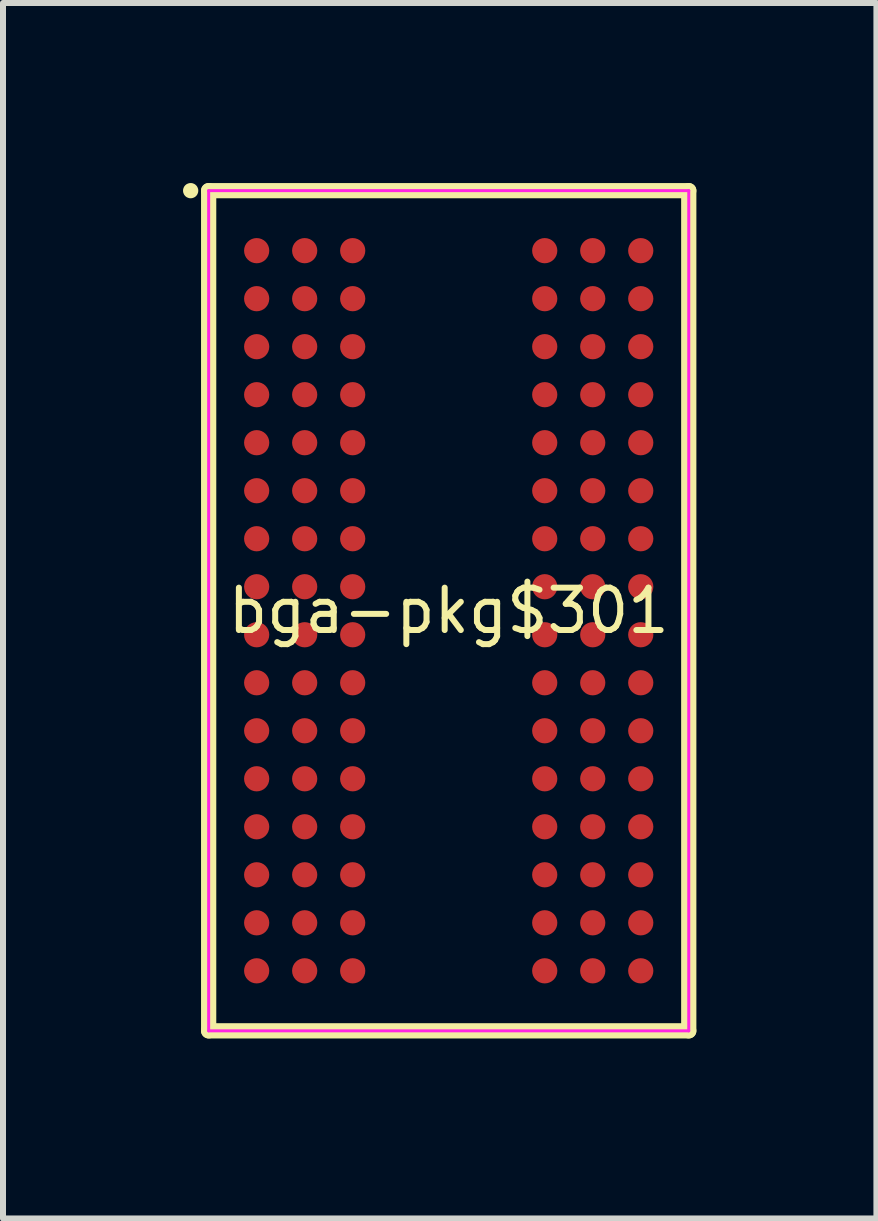
<source format=kicad_pcb>
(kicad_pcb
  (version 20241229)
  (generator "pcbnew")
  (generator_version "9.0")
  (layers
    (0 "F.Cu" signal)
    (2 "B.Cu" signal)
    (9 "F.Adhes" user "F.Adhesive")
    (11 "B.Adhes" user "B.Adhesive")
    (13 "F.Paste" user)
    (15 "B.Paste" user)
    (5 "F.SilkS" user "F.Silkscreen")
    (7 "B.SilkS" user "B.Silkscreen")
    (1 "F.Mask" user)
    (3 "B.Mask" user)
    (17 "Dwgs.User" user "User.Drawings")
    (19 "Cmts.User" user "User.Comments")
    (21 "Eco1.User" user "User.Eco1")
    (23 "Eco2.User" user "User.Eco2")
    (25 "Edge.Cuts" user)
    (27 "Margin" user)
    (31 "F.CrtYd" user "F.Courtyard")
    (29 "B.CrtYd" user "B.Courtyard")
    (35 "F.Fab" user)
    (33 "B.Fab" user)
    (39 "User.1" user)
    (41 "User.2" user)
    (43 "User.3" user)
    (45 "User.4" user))
  (footprint "bga-pkg$301"
    (layer "F.Cu")
    (at 4.427 7.127)
    (property "Reference" "bga-pkg$301" (at 0 0 0) (layer "F.SilkS") (effects (font (size 0.706 0.706) (thickness 0.1))))
    (attr through_hole)
    (fp_line (start -4 -7) (end -4 7) (stroke (width 0.254) (type solid)) (layer "F.SilkS"))
    (fp_line (start -4 7) (end 4 7) (stroke (width 0.254) (type solid)) (layer "F.SilkS"))
    (fp_line (start 4 -7) (end -4 -7) (stroke (width 0.254) (type solid)) (layer "F.SilkS"))
    (fp_line (start 4 7) (end 4 -7) (stroke (width 0.254) (type solid)) (layer "F.SilkS"))
    (fp_poly (pts (xy -4.173 -7) (xy -4.175 -7.025) (xy -4.183 -7.049) (xy -4.194 -7.071) (xy -4.21 -7.09) (xy -4.229 -7.106) (xy -4.251 -7.117) (xy -4.275 -7.125) (xy -4.3 -7.127) (xy -4.325 -7.125) (xy -4.349 -7.117) (xy -4.371 -7.106) (xy -4.39 -7.09) (xy -4.406 -7.071) (xy -4.417 -7.049) (xy -4.425 -7.025) (xy -4.427 -7) (xy -4.425 -6.975) (xy -4.417 -6.951) (xy -4.406 -6.929) (xy -4.39 -6.91) (xy -4.371 -6.894) (xy -4.349 -6.883) (xy -4.325 -6.875) (xy -4.3 -6.873) (xy -4.275 -6.875) (xy -4.251 -6.883) (xy -4.229 -6.894) (xy -4.21 -6.91) (xy -4.194 -6.929) (xy -4.183 -6.951) (xy -4.175 -6.975)) (stroke (width 0) (type solid)) (fill yes) (layer "F.SilkS"))
    (fp_line (start -4 -7) (end -4 7) (stroke (width 0.05) (type solid)) (layer "F.CrtYd"))
    (fp_line (start -4 7) (end 4 7) (stroke (width 0.05) (type solid)) (layer "F.CrtYd"))
    (fp_line (start 4 -7) (end -4 -7) (stroke (width 0.05) (type solid)) (layer "F.CrtYd"))
    (fp_line (start 4 7) (end 4 -7) (stroke (width 0.05) (type solid)) (layer "F.CrtYd"))
    (pad "A1" smd circle (at -3.2 -6) (size 0.42 0.42) (layers "F.Cu" "F.Mask" "F.Paste"))
    (pad "A2" smd circle (at -2.4 -6) (size 0.42 0.42) (layers "F.Cu" "F.Mask" "F.Paste"))
    (pad "A3" smd circle (at -1.6 -6) (size 0.42 0.42) (layers "F.Cu" "F.Mask" "F.Paste"))
    (pad "A7" smd circle (at 1.6 -6) (size 0.42 0.42) (layers "F.Cu" "F.Mask" "F.Paste"))
    (pad "A8" smd circle (at 2.4 -6) (size 0.42 0.42) (layers "F.Cu" "F.Mask" "F.Paste"))
    (pad "A9" smd circle (at 3.2 -6) (size 0.42 0.42) (layers "F.Cu" "F.Mask" "F.Paste"))
    (pad "B1" smd circle (at -3.2 -5.2) (size 0.42 0.42) (layers "F.Cu" "F.Mask" "F.Paste"))
    (pad "B2" smd circle (at -2.4 -5.2) (size 0.42 0.42) (layers "F.Cu" "F.Mask" "F.Paste"))
    (pad "B3" smd circle (at -1.6 -5.2) (size 0.42 0.42) (layers "F.Cu" "F.Mask" "F.Paste"))
    (pad "B7" smd circle (at 1.6 -5.2) (size 0.42 0.42) (layers "F.Cu" "F.Mask" "F.Paste"))
    (pad "B8" smd circle (at 2.4 -5.2) (size 0.42 0.42) (layers "F.Cu" "F.Mask" "F.Paste"))
    (pad "B9" smd circle (at 3.2 -5.2) (size 0.42 0.42) (layers "F.Cu" "F.Mask" "F.Paste"))
    (pad "C1" smd circle (at -3.2 -4.4) (size 0.42 0.42) (layers "F.Cu" "F.Mask" "F.Paste"))
    (pad "C2" smd circle (at -2.4 -4.4) (size 0.42 0.42) (layers "F.Cu" "F.Mask" "F.Paste"))
    (pad "C3" smd circle (at -1.6 -4.4) (size 0.42 0.42) (layers "F.Cu" "F.Mask" "F.Paste"))
    (pad "C7" smd circle (at 1.6 -4.4) (size 0.42 0.42) (layers "F.Cu" "F.Mask" "F.Paste"))
    (pad "C8" smd circle (at 2.4 -4.4) (size 0.42 0.42) (layers "F.Cu" "F.Mask" "F.Paste"))
    (pad "C9" smd circle (at 3.2 -4.4) (size 0.42 0.42) (layers "F.Cu" "F.Mask" "F.Paste"))
    (pad "D1" smd circle (at -3.2 -3.6) (size 0.42 0.42) (layers "F.Cu" "F.Mask" "F.Paste"))
    (pad "D2" smd circle (at -2.4 -3.6) (size 0.42 0.42) (layers "F.Cu" "F.Mask" "F.Paste"))
    (pad "D3" smd circle (at -1.6 -3.6) (size 0.42 0.42) (layers "F.Cu" "F.Mask" "F.Paste"))
    (pad "D7" smd circle (at 1.6 -3.6) (size 0.42 0.42) (layers "F.Cu" "F.Mask" "F.Paste"))
    (pad "D8" smd circle (at 2.4 -3.6) (size 0.42 0.42) (layers "F.Cu" "F.Mask" "F.Paste"))
    (pad "D9" smd circle (at 3.2 -3.6) (size 0.42 0.42) (layers "F.Cu" "F.Mask" "F.Paste"))
    (pad "E1" smd circle (at -3.2 -2.8) (size 0.42 0.42) (layers "F.Cu" "F.Mask" "F.Paste"))
    (pad "E2" smd circle (at -2.4 -2.8) (size 0.42 0.42) (layers "F.Cu" "F.Mask" "F.Paste"))
    (pad "E3" smd circle (at -1.6 -2.8) (size 0.42 0.42) (layers "F.Cu" "F.Mask" "F.Paste"))
    (pad "E7" smd circle (at 1.6 -2.8) (size 0.42 0.42) (layers "F.Cu" "F.Mask" "F.Paste"))
    (pad "E8" smd circle (at 2.4 -2.8) (size 0.42 0.42) (layers "F.Cu" "F.Mask" "F.Paste"))
    (pad "E9" smd circle (at 3.2 -2.8) (size 0.42 0.42) (layers "F.Cu" "F.Mask" "F.Paste"))
    (pad "F1" smd circle (at -3.2 -2) (size 0.42 0.42) (layers "F.Cu" "F.Mask" "F.Paste"))
    (pad "F2" smd circle (at -2.4 -2) (size 0.42 0.42) (layers "F.Cu" "F.Mask" "F.Paste"))
    (pad "F3" smd circle (at -1.6 -2) (size 0.42 0.42) (layers "F.Cu" "F.Mask" "F.Paste"))
    (pad "F7" smd circle (at 1.6 -2) (size 0.42 0.42) (layers "F.Cu" "F.Mask" "F.Paste"))
    (pad "F8" smd circle (at 2.4 -2) (size 0.42 0.42) (layers "F.Cu" "F.Mask" "F.Paste"))
    (pad "F9" smd circle (at 3.2 -2) (size 0.42 0.42) (layers "F.Cu" "F.Mask" "F.Paste"))
    (pad "G1" smd circle (at -3.2 -1.2) (size 0.42 0.42) (layers "F.Cu" "F.Mask" "F.Paste"))
    (pad "G2" smd circle (at -2.4 -1.2) (size 0.42 0.42) (layers "F.Cu" "F.Mask" "F.Paste"))
    (pad "G3" smd circle (at -1.6 -1.2) (size 0.42 0.42) (layers "F.Cu" "F.Mask" "F.Paste"))
    (pad "G7" smd circle (at 1.6 -1.2) (size 0.42 0.42) (layers "F.Cu" "F.Mask" "F.Paste"))
    (pad "G8" smd circle (at 2.4 -1.2) (size 0.42 0.42) (layers "F.Cu" "F.Mask" "F.Paste"))
    (pad "G9" smd circle (at 3.2 -1.2) (size 0.42 0.42) (layers "F.Cu" "F.Mask" "F.Paste"))
    (pad "H1" smd circle (at -3.2 -0.4) (size 0.42 0.42) (layers "F.Cu" "F.Mask" "F.Paste"))
    (pad "H2" smd circle (at -2.4 -0.4) (size 0.42 0.42) (layers "F.Cu" "F.Mask" "F.Paste"))
    (pad "H3" smd circle (at -1.6 -0.4) (size 0.42 0.42) (layers "F.Cu" "F.Mask" "F.Paste"))
    (pad "H7" smd circle (at 1.6 -0.4) (size 0.42 0.42) (layers "F.Cu" "F.Mask" "F.Paste"))
    (pad "H8" smd circle (at 2.4 -0.4) (size 0.42 0.42) (layers "F.Cu" "F.Mask" "F.Paste"))
    (pad "H9" smd circle (at 3.2 -0.4) (size 0.42 0.42) (layers "F.Cu" "F.Mask" "F.Paste"))
    (pad "J1" smd circle (at -3.2 0.4) (size 0.42 0.42) (layers "F.Cu" "F.Mask" "F.Paste"))
    (pad "J2" smd circle (at -2.4 0.4) (size 0.42 0.42) (layers "F.Cu" "F.Mask" "F.Paste"))
    (pad "J3" smd circle (at -1.6 0.4) (size 0.42 0.42) (layers "F.Cu" "F.Mask" "F.Paste"))
    (pad "J7" smd circle (at 1.6 0.4) (size 0.42 0.42) (layers "F.Cu" "F.Mask" "F.Paste"))
    (pad "J8" smd circle (at 2.4 0.4) (size 0.42 0.42) (layers "F.Cu" "F.Mask" "F.Paste"))
    (pad "J9" smd circle (at 3.2 0.4) (size 0.42 0.42) (layers "F.Cu" "F.Mask" "F.Paste"))
    (pad "K1" smd circle (at -3.2 1.2) (size 0.42 0.42) (layers "F.Cu" "F.Mask" "F.Paste"))
    (pad "K2" smd circle (at -2.4 1.2) (size 0.42 0.42) (layers "F.Cu" "F.Mask" "F.Paste"))
    (pad "K3" smd circle (at -1.6 1.2) (size 0.42 0.42) (layers "F.Cu" "F.Mask" "F.Paste"))
    (pad "K7" smd circle (at 1.6 1.2) (size 0.42 0.42) (layers "F.Cu" "F.Mask" "F.Paste"))
    (pad "K8" smd circle (at 2.4 1.2) (size 0.42 0.42) (layers "F.Cu" "F.Mask" "F.Paste"))
    (pad "K9" smd circle (at 3.2 1.2) (size 0.42 0.42) (layers "F.Cu" "F.Mask" "F.Paste"))
    (pad "L1" smd circle (at -3.2 2) (size 0.42 0.42) (layers "F.Cu" "F.Mask" "F.Paste"))
    (pad "L2" smd circle (at -2.4 2) (size 0.42 0.42) (layers "F.Cu" "F.Mask" "F.Paste"))
    (pad "L3" smd circle (at -1.6 2) (size 0.42 0.42) (layers "F.Cu" "F.Mask" "F.Paste"))
    (pad "L7" smd circle (at 1.6 2) (size 0.42 0.42) (layers "F.Cu" "F.Mask" "F.Paste"))
    (pad "L8" smd circle (at 2.4 2) (size 0.42 0.42) (layers "F.Cu" "F.Mask" "F.Paste"))
    (pad "L9" smd circle (at 3.2 2) (size 0.42 0.42) (layers "F.Cu" "F.Mask" "F.Paste"))
    (pad "M1" smd circle (at -3.2 2.8) (size 0.42 0.42) (layers "F.Cu" "F.Mask" "F.Paste"))
    (pad "M2" smd circle (at -2.4 2.8) (size 0.42 0.42) (layers "F.Cu" "F.Mask" "F.Paste"))
    (pad "M3" smd circle (at -1.6 2.8) (size 0.42 0.42) (layers "F.Cu" "F.Mask" "F.Paste"))
    (pad "M7" smd circle (at 1.6 2.8) (size 0.42 0.42) (layers "F.Cu" "F.Mask" "F.Paste"))
    (pad "M8" smd circle (at 2.4 2.8) (size 0.42 0.42) (layers "F.Cu" "F.Mask" "F.Paste"))
    (pad "M9" smd circle (at 3.2 2.8) (size 0.42 0.42) (layers "F.Cu" "F.Mask" "F.Paste"))
    (pad "N1" smd circle (at -3.2 3.6) (size 0.42 0.42) (layers "F.Cu" "F.Mask" "F.Paste"))
    (pad "N2" smd circle (at -2.4 3.6) (size 0.42 0.42) (layers "F.Cu" "F.Mask" "F.Paste"))
    (pad "N3" smd circle (at -1.6 3.6) (size 0.42 0.42) (layers "F.Cu" "F.Mask" "F.Paste"))
    (pad "N7" smd circle (at 1.6 3.6) (size 0.42 0.42) (layers "F.Cu" "F.Mask" "F.Paste"))
    (pad "N8" smd circle (at 2.4 3.6) (size 0.42 0.42) (layers "F.Cu" "F.Mask" "F.Paste"))
    (pad "N9" smd circle (at 3.2 3.6) (size 0.42 0.42) (layers "F.Cu" "F.Mask" "F.Paste"))
    (pad "P1" smd circle (at -3.2 4.4) (size 0.42 0.42) (layers "F.Cu" "F.Mask" "F.Paste"))
    (pad "P2" smd circle (at -2.4 4.4) (size 0.42 0.42) (layers "F.Cu" "F.Mask" "F.Paste"))
    (pad "P3" smd circle (at -1.6 4.4) (size 0.42 0.42) (layers "F.Cu" "F.Mask" "F.Paste"))
    (pad "P7" smd circle (at 1.6 4.4) (size 0.42 0.42) (layers "F.Cu" "F.Mask" "F.Paste"))
    (pad "P8" smd circle (at 2.4 4.4) (size 0.42 0.42) (layers "F.Cu" "F.Mask" "F.Paste"))
    (pad "P9" smd circle (at 3.2 4.4) (size 0.42 0.42) (layers "F.Cu" "F.Mask" "F.Paste"))
    (pad "R1" smd circle (at -3.2 5.2) (size 0.42 0.42) (layers "F.Cu" "F.Mask" "F.Paste"))
    (pad "R2" smd circle (at -2.4 5.2) (size 0.42 0.42) (layers "F.Cu" "F.Mask" "F.Paste"))
    (pad "R3" smd circle (at -1.6 5.2) (size 0.42 0.42) (layers "F.Cu" "F.Mask" "F.Paste"))
    (pad "R7" smd circle (at 1.6 5.2) (size 0.42 0.42) (layers "F.Cu" "F.Mask" "F.Paste"))
    (pad "R8" smd circle (at 2.4 5.2) (size 0.42 0.42) (layers "F.Cu" "F.Mask" "F.Paste"))
    (pad "R9" smd circle (at 3.2 5.2) (size 0.42 0.42) (layers "F.Cu" "F.Mask" "F.Paste"))
    (pad "T1" smd circle (at -3.2 6) (size 0.42 0.42) (layers "F.Cu" "F.Mask" "F.Paste"))
    (pad "T2" smd circle (at -2.4 6) (size 0.42 0.42) (layers "F.Cu" "F.Mask" "F.Paste"))
    (pad "T3" smd circle (at -1.6 6) (size 0.42 0.42) (layers "F.Cu" "F.Mask" "F.Paste"))
    (pad "T7" smd circle (at 1.6 6) (size 0.42 0.42) (layers "F.Cu" "F.Mask" "F.Paste"))
    (pad "T8" smd circle (at 2.4 6) (size 0.42 0.42) (layers "F.Cu" "F.Mask" "F.Paste"))
    (pad "T9" smd circle (at 3.2 6) (size 0.42 0.42) (layers "F.Cu" "F.Mask" "F.Paste")))
  (gr_rect
    (start -3 -3)
    (end 11.554 17.254)
    (stroke (width 0.1) (type default))
    (fill no)
    (layer "Edge.Cuts")))
</source>
